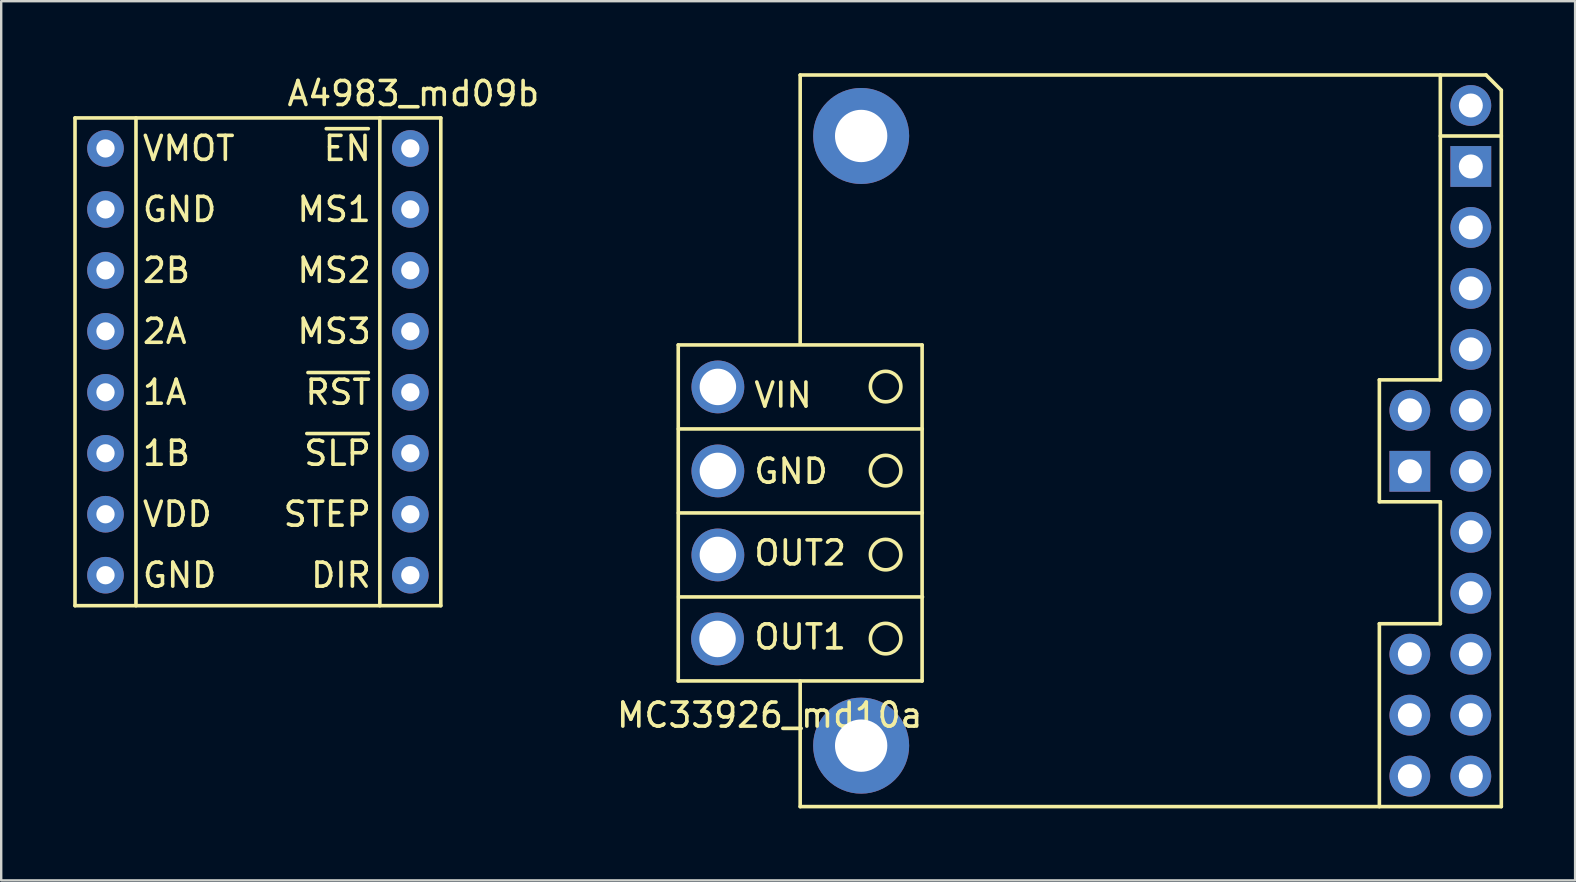
<source format=kicad_pcb>
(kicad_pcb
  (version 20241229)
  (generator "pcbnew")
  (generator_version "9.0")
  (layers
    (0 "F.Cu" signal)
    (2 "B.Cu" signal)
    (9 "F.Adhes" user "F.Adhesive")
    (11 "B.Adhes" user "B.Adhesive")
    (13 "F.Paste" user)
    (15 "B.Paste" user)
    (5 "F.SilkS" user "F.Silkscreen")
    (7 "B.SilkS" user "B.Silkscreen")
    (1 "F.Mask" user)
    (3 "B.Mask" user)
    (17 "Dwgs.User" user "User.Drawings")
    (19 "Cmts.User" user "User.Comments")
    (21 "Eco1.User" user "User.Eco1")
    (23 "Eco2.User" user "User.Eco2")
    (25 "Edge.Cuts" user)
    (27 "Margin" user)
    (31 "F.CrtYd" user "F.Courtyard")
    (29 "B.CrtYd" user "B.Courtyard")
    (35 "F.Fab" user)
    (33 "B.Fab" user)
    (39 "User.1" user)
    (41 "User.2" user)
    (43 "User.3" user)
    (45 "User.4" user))
  (footprint "MC33926_md10a"
    (layer "F.Cu")
    (at 58.227 1.345)
    (property "Reference" "MC33926_md10a" (at -29.21 25.4 0) (layer "F.SilkS") (effects (font (size 1 1) (thickness 0.15))))
    (attr through_hole)
    (fp_line (start -33.02 23.975) (end -33.02 9.975) (stroke (width 0.15) (type solid)) (layer "F.SilkS"))
    (fp_line (start -27.94 -1.27) (end -27.94 9.903) (stroke (width 0.15) (type solid)) (layer "F.SilkS"))
    (fp_line (start -27.94 29.21) (end -27.94 23.978) (stroke (width 0.15) (type solid)) (layer "F.SilkS"))
    (fp_line (start -27.94 29.21) (end 1.27 29.21) (stroke (width 0.15) (type solid)) (layer "F.SilkS"))
    (fp_line (start -22.86 9.975) (end -33.02 9.975) (stroke (width 0.15) (type solid)) (layer "F.SilkS"))
    (fp_line (start -22.86 23.975) (end -33.02 23.975) (stroke (width 0.15) (type solid)) (layer "F.SilkS"))
    (fp_line (start -22.86 23.978) (end -22.86 9.982) (stroke (width 0.15) (type solid)) (layer "F.SilkS"))
    (fp_line (start -22.854 13.475) (end -33.014 13.475) (stroke (width 0.15) (type solid)) (layer "F.SilkS"))
    (fp_line (start -22.854 16.975) (end -33.014 16.975) (stroke (width 0.15) (type solid)) (layer "F.SilkS"))
    (fp_line (start -22.844 20.475) (end -33.004 20.475) (stroke (width 0.15) (type solid)) (layer "F.SilkS"))
    (fp_line (start -3.81 11.43) (end -3.81 16.51) (stroke (width 0.15) (type solid)) (layer "F.SilkS"))
    (fp_line (start -3.81 16.51) (end -1.27 16.51) (stroke (width 0.15) (type solid)) (layer "F.SilkS"))
    (fp_line (start -3.81 21.59) (end -3.81 29.21) (stroke (width 0.15) (type solid)) (layer "F.SilkS"))
    (fp_line (start -1.27 -1.27) (end -1.27 11.43) (stroke (width 0.15) (type solid)) (layer "F.SilkS"))
    (fp_line (start -1.27 11.43) (end -3.81 11.43) (stroke (width 0.15) (type solid)) (layer "F.SilkS"))
    (fp_line (start -1.27 16.51) (end -1.27 21.59) (stroke (width 0.15) (type solid)) (layer "F.SilkS"))
    (fp_line (start -1.27 21.59) (end -3.81 21.59) (stroke (width 0.15) (type solid)) (layer "F.SilkS"))
    (fp_line (start 0.635 -1.27) (end -27.94 -1.27) (stroke (width 0.15) (type solid)) (layer "F.SilkS"))
    (fp_line (start 0.635 -1.27) (end 1.27 -0.635) (stroke (width 0.15) (type solid)) (layer "F.SilkS"))
    (fp_line (start 1.27 -0.635) (end 1.27 29.21) (stroke (width 0.15) (type solid)) (layer "F.SilkS"))
    (fp_line (start 1.27 1.27) (end -1.27 1.27) (stroke (width 0.15) (type solid)) (layer "F.SilkS"))
    (fp_circle (center -24.38 11.71) (end -23.745 11.71) (stroke (width 0.15) (type solid)) (fill no) (layer "F.SilkS"))
    (fp_circle (center -24.38 15.21) (end -23.745 15.21) (stroke (width 0.15) (type solid)) (fill no) (layer "F.SilkS"))
    (fp_circle (center -24.38 18.71) (end -23.745 18.71) (stroke (width 0.15) (type solid)) (fill no) (layer "F.SilkS"))
    (fp_circle (center -24.38 22.21) (end -23.745 22.21) (stroke (width 0.15) (type solid)) (fill no) (layer "F.SilkS"))
    (fp_text user "GND" (at -28.321 15.24 0) (layer "F.SilkS") (effects (font (size 1 1) (thickness 0.15))))
    (fp_text user "OUT1" (at -27.94 22.142 0) (layer "F.SilkS") (effects (font (size 1 1) (thickness 0.15))))
    (fp_text user "VIN" (at -28.654 12.065 0) (layer "F.SilkS") (effects (font (size 1 1) (thickness 0.15))))
    (fp_text user "OUT2" (at -27.94 18.642 0) (layer "F.SilkS") (effects (font (size 1 1) (thickness 0.15))))
    (pad "" thru_hole circle (at -25.4 1.27) (size 4 4) (drill 2.18) (layers "*.Cu" "*.Mask"))
    (pad "" thru_hole circle (at -25.4 26.67) (size 4 4) (drill 2.18) (layers "*.Cu" "*.Mask"))
    (pad "1" thru_hole oval (at 0 0) (size 1.7 1.7) (drill 1) (layers "*.Cu" "*.Mask"))
    (pad "2" thru_hole rect (at 0 2.54) (size 1.7 1.7) (drill 1) (layers "*.Cu" "*.Mask"))
    (pad "3" thru_hole oval (at 0 5.08) (size 1.7 1.7) (drill 1) (layers "*.Cu" "*.Mask"))
    (pad "4" thru_hole oval (at 0 7.62) (size 1.7 1.7) (drill 1) (layers "*.Cu" "*.Mask"))
    (pad "5" thru_hole oval (at 0 10.16) (size 1.7 1.7) (drill 1) (layers "*.Cu" "*.Mask"))
    (pad "6" thru_hole oval (at 0 12.7) (size 1.7 1.7) (drill 1) (layers "*.Cu" "*.Mask"))
    (pad "7" thru_hole oval (at 0 15.24) (size 1.7 1.7) (drill 1) (layers "*.Cu" "*.Mask"))
    (pad "8" thru_hole oval (at 0 17.78) (size 1.7 1.7) (drill 1) (layers "*.Cu" "*.Mask"))
    (pad "9" thru_hole oval (at 0 20.32) (size 1.7 1.7) (drill 1) (layers "*.Cu" "*.Mask"))
    (pad "10" thru_hole oval (at 0 22.86) (size 1.7 1.7) (drill 1) (layers "*.Cu" "*.Mask"))
    (pad "11" thru_hole oval (at 0 25.4) (size 1.7 1.7) (drill 1) (layers "*.Cu" "*.Mask"))
    (pad "12" thru_hole oval (at 0 27.94) (size 1.7 1.7) (drill 1) (layers "*.Cu" "*.Mask"))
    (pad "13" thru_hole oval (at -2.54 27.94) (size 1.7 1.7) (drill 1) (layers "*.Cu" "*.Mask"))
    (pad "14" thru_hole oval (at -2.54 25.4) (size 1.7 1.7) (drill 1) (layers "*.Cu" "*.Mask"))
    (pad "15" thru_hole oval (at -2.54 22.86) (size 1.7 1.7) (drill 1) (layers "*.Cu" "*.Mask"))
    (pad "16" thru_hole rect (at -2.54 15.24) (size 1.7 1.7) (drill 1) (layers "*.Cu" "*.Mask"))
    (pad "17" thru_hole oval (at -2.54 12.7) (size 1.7 1.7) (drill 1) (layers "*.Cu" "*.Mask"))
    (pad "18" thru_hole circle (at -31.384 22.225) (size 2.2 2.2) (drill 1.52) (layers "*.Cu" "*.Mask"))
    (pad "19" thru_hole circle (at -31.369 18.725) (size 2.2 2.2) (drill 1.52) (layers "*.Cu" "*.Mask"))
    (pad "20" thru_hole circle (at -31.369 15.225) (size 2.2 2.2) (drill 1.52) (layers "*.Cu" "*.Mask"))
    (pad "21" thru_hole circle (at -31.369 11.725) (size 2.2 2.2) (drill 1.52) (layers "*.Cu" "*.Mask")))
  (footprint "A4983_md09b"
    (layer "F.Cu")
    (at 14.045 3.134)
    (property "Reference" "A4983_md09b" (at 0.127 -2.286 0) (layer "F.SilkS") (effects (font (size 1 1) (thickness 0.15))))
    (attr through_hole)
    (fp_line (start -13.97 -1.27) (end 1.27 -1.27) (stroke (width 0.15) (type solid)) (layer "F.SilkS"))
    (fp_line (start -13.97 19.05) (end -13.97 -1.27) (stroke (width 0.15) (type solid)) (layer "F.SilkS"))
    (fp_line (start -11.43 -1.27) (end -11.43 19.05) (stroke (width 0.15) (type solid)) (layer "F.SilkS"))
    (fp_line (start -1.27 19.05) (end -1.27 -1.27) (stroke (width 0.15) (type solid)) (layer "F.SilkS"))
    (fp_line (start 1.27 -1.27) (end 1.27 19.05) (stroke (width 0.15) (type solid)) (layer "F.SilkS"))
    (fp_line (start 1.27 19.05) (end -13.97 19.05) (stroke (width 0.15) (type solid)) (layer "F.SilkS"))
    (fp_text user "1B" (at -10.16 12.7 0) (layer "F.SilkS") (effects (font (size 1 1) (thickness 0.15))))
    (fp_text user "GND" (at -9.612 2.54 0) (layer "F.SilkS") (effects (font (size 1 1) (thickness 0.15))))
    (fp_text user "VDD" (at -9.708 15.24 0) (layer "F.SilkS") (effects (font (size 1 1) (thickness 0.15))))
    (fp_text user "GND" (at -9.612 17.78 0) (layer "F.SilkS") (effects (font (size 1 1) (thickness 0.15))))
    (fp_text user "STEP" (at -3.461 15.24 0) (layer "F.SilkS") (effects (font (size 1 1) (thickness 0.15))))
    (fp_text user "~{EN}" (at -2.627 0 0) (layer "F.SilkS") (effects (font (size 1 1) (thickness 0.15))))
    (fp_text user "~{RST}" (at -3.008 10.16 0) (layer "F.SilkS") (effects (font (size 1 1) (thickness 0.15))))
    (fp_text user "DIR" (at -2.889 17.78 0) (layer "F.SilkS") (effects (font (size 1 1) (thickness 0.15))))
    (fp_text user "~{SLP}" (at -3.032 12.7 0) (layer "F.SilkS") (effects (font (size 1 1) (thickness 0.15))))
    (fp_text user "MS3" (at -3.175 7.62 0) (layer "F.SilkS") (effects (font (size 1 1) (thickness 0.15))))
    (fp_text user "MS2" (at -3.175 5.08 0) (layer "F.SilkS") (effects (font (size 1 1) (thickness 0.15))))
    (fp_text user "2B" (at -10.16 5.08 0) (layer "F.SilkS") (effects (font (size 1 1) (thickness 0.15))))
    (fp_text user "MS1" (at -3.175 2.54 0) (layer "F.SilkS") (effects (font (size 1 1) (thickness 0.15))))
    (fp_text user "2A" (at -10.231 7.62 0) (layer "F.SilkS") (effects (font (size 1 1) (thickness 0.15))))
    (fp_text user "1A" (at -10.231 10.16 0) (layer "F.SilkS") (effects (font (size 1 1) (thickness 0.15))))
    (fp_text user "VMOT" (at -9.231 0 0) (layer "F.SilkS") (effects (font (size 1 1) (thickness 0.15))))
    (pad "1" thru_hole circle (at -12.7 0) (size 1.524 1.524) (drill 0.762) (layers "*.Cu" "*.Mask"))
    (pad "2" thru_hole circle (at -12.7 2.54) (size 1.524 1.524) (drill 0.762) (layers "*.Cu" "*.Mask"))
    (pad "3" thru_hole circle (at -12.7 5.08) (size 1.524 1.524) (drill 0.762) (layers "*.Cu" "*.Mask"))
    (pad "4" thru_hole circle (at -12.7 7.62) (size 1.524 1.524) (drill 0.762) (layers "*.Cu" "*.Mask"))
    (pad "5" thru_hole circle (at -12.7 10.16) (size 1.524 1.524) (drill 0.762) (layers "*.Cu" "*.Mask"))
    (pad "6" thru_hole circle (at -12.7 12.7) (size 1.524 1.524) (drill 0.762) (layers "*.Cu" "*.Mask"))
    (pad "7" thru_hole circle (at -12.7 15.24) (size 1.524 1.524) (drill 0.762) (layers "*.Cu" "*.Mask"))
    (pad "8" thru_hole circle (at -12.7 17.78) (size 1.524 1.524) (drill 0.762) (layers "*.Cu" "*.Mask"))
    (pad "9" thru_hole circle (at 0 17.78) (size 1.524 1.524) (drill 0.762) (layers "*.Cu" "*.Mask"))
    (pad "10" thru_hole circle (at 0 15.24) (size 1.524 1.524) (drill 0.762) (layers "*.Cu" "*.Mask"))
    (pad "11" thru_hole circle (at 0 12.7) (size 1.524 1.524) (drill 0.762) (layers "*.Cu" "*.Mask"))
    (pad "12" thru_hole circle (at 0 10.16) (size 1.524 1.524) (drill 0.762) (layers "*.Cu" "*.Mask"))
    (pad "13" thru_hole circle (at 0 7.62) (size 1.524 1.524) (drill 0.762) (layers "*.Cu" "*.Mask"))
    (pad "14" thru_hole circle (at 0 5.08) (size 1.524 1.524) (drill 0.762) (layers "*.Cu" "*.Mask"))
    (pad "15" thru_hole circle (at 0 2.54) (size 1.524 1.524) (drill 0.762) (layers "*.Cu" "*.Mask"))
    (pad "16" thru_hole circle (at 0 0) (size 1.524 1.524) (drill 0.762) (layers "*.Cu" "*.Mask")))
  (gr_rect
    (start -3 -3)
    (end 62.572 33.63)
    (stroke (width 0.1) (type default))
    (fill no)
    (layer "Edge.Cuts")))
</source>
